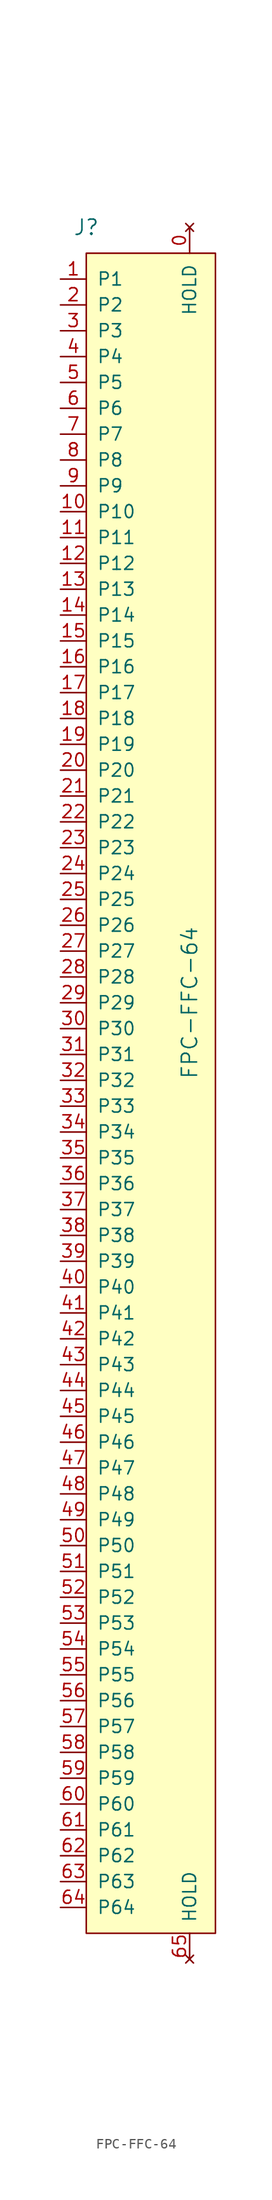
<source format=kicad_sym>
(kicad_symbol_lib
  (version 20241209)
  (generator "kicad_symbol_editor")
  (generator_version "9.0")
  (symbol "FPC-FFC-64"
    (pin_names
      (offset 1.016))
    (property "Reference" "J"
      (at -6.35 78.74 0)
      (effects (font (size 1.499 1.499))))
    (property "Value" "FPC-FFC-64"
      (at 3.81 2.54 90)
      (effects (font (size 1.499 1.499))))
    (symbol "FPC-FFC-64_0_1"
      (rectangle (start -6.35 76.2) (end 6.35 -88.9) (stroke (width 0) (type solid)) (fill (type background))))
    (symbol "FPC-FFC-64_1_1"
      (pin input line (at -8.89 73.66 0) (length 2.54) (name "P1" (effects (font (size 1.27 1.27)))) (number "1" (effects (font (size 1.27 1.27)))))
      (pin input line (at -8.89 71.12 0) (length 2.54) (name "P2" (effects (font (size 1.27 1.27)))) (number "2" (effects (font (size 1.27 1.27)))))
      (pin input line (at -8.89 68.58 0) (length 2.54) (name "P3" (effects (font (size 1.27 1.27)))) (number "3" (effects (font (size 1.27 1.27)))))
      (pin input line (at -8.89 66.04 0) (length 2.54) (name "P4" (effects (font (size 1.27 1.27)))) (number "4" (effects (font (size 1.27 1.27)))))
      (pin input line (at -8.89 63.5 0) (length 2.54) (name "P5" (effects (font (size 1.27 1.27)))) (number "5" (effects (font (size 1.27 1.27)))))
      (pin input line (at -8.89 60.96 0) (length 2.54) (name "P6" (effects (font (size 1.27 1.27)))) (number "6" (effects (font (size 1.27 1.27)))))
      (pin input line (at -8.89 58.42 0) (length 2.54) (name "P7" (effects (font (size 1.27 1.27)))) (number "7" (effects (font (size 1.27 1.27)))))
      (pin input line (at -8.89 55.88 0) (length 2.54) (name "P8" (effects (font (size 1.27 1.27)))) (number "8" (effects (font (size 1.27 1.27)))))
      (pin input line (at -8.89 53.34 0) (length 2.54) (name "P9" (effects (font (size 1.27 1.27)))) (number "9" (effects (font (size 1.27 1.27)))))
      (pin input line (at -8.89 50.8 0) (length 2.54) (name "P10" (effects (font (size 1.27 1.27)))) (number "10" (effects (font (size 1.27 1.27)))))
      (pin input line (at -8.89 48.26 0) (length 2.54) (name "P11" (effects (font (size 1.27 1.27)))) (number "11" (effects (font (size 1.27 1.27)))))
      (pin input line (at -8.89 45.72 0) (length 2.54) (name "P12" (effects (font (size 1.27 1.27)))) (number "12" (effects (font (size 1.27 1.27)))))
      (pin input line (at -8.89 43.18 0) (length 2.54) (name "P13" (effects (font (size 1.27 1.27)))) (number "13" (effects (font (size 1.27 1.27)))))
      (pin input line (at -8.89 40.64 0) (length 2.54) (name "P14" (effects (font (size 1.27 1.27)))) (number "14" (effects (font (size 1.27 1.27)))))
      (pin input line (at -8.89 38.1 0) (length 2.54) (name "P15" (effects (font (size 1.27 1.27)))) (number "15" (effects (font (size 1.27 1.27)))))
      (pin input line (at -8.89 35.56 0) (length 2.54) (name "P16" (effects (font (size 1.27 1.27)))) (number "16" (effects (font (size 1.27 1.27)))))
      (pin input line (at -8.89 33.02 0) (length 2.54) (name "P17" (effects (font (size 1.27 1.27)))) (number "17" (effects (font (size 1.27 1.27)))))
      (pin input line (at -8.89 30.48 0) (length 2.54) (name "P18" (effects (font (size 1.27 1.27)))) (number "18" (effects (font (size 1.27 1.27)))))
      (pin input line (at -8.89 27.94 0) (length 2.54) (name "P19" (effects (font (size 1.27 1.27)))) (number "19" (effects (font (size 1.27 1.27)))))
      (pin input line (at -8.89 25.4 0) (length 2.54) (name "P20" (effects (font (size 1.27 1.27)))) (number "20" (effects (font (size 1.27 1.27)))))
      (pin input line (at -8.89 22.86 0) (length 2.54) (name "P21" (effects (font (size 1.27 1.27)))) (number "21" (effects (font (size 1.27 1.27)))))
      (pin input line (at -8.89 20.32 0) (length 2.54) (name "P22" (effects (font (size 1.27 1.27)))) (number "22" (effects (font (size 1.27 1.27)))))
      (pin input line (at -8.89 17.78 0) (length 2.54) (name "P23" (effects (font (size 1.27 1.27)))) (number "23" (effects (font (size 1.27 1.27)))))
      (pin input line (at -8.89 15.24 0) (length 2.54) (name "P24" (effects (font (size 1.27 1.27)))) (number "24" (effects (font (size 1.27 1.27)))))
      (pin input line (at -8.89 12.7 0) (length 2.54) (name "P25" (effects (font (size 1.27 1.27)))) (number "25" (effects (font (size 1.27 1.27)))))
      (pin input line (at -8.89 10.16 0) (length 2.54) (name "P26" (effects (font (size 1.27 1.27)))) (number "26" (effects (font (size 1.27 1.27)))))
      (pin input line (at -8.89 7.62 0) (length 2.54) (name "P27" (effects (font (size 1.27 1.27)))) (number "27" (effects (font (size 1.27 1.27)))))
      (pin input line (at -8.89 5.08 0) (length 2.54) (name "P28" (effects (font (size 1.27 1.27)))) (number "28" (effects (font (size 1.27 1.27)))))
      (pin input line (at -8.89 2.54 0) (length 2.54) (name "P29" (effects (font (size 1.27 1.27)))) (number "29" (effects (font (size 1.27 1.27)))))
      (pin input line (at -8.89 0 0) (length 2.54) (name "P30" (effects (font (size 1.27 1.27)))) (number "30" (effects (font (size 1.27 1.27)))))
      (pin input line (at -8.89 -2.54 0) (length 2.54) (name "P31" (effects (font (size 1.27 1.27)))) (number "31" (effects (font (size 1.27 1.27)))))
      (pin input line (at -8.89 -5.08 0) (length 2.54) (name "P32" (effects (font (size 1.27 1.27)))) (number "32" (effects (font (size 1.27 1.27)))))
      (pin input line (at -8.89 -7.62 0) (length 2.54) (name "P33" (effects (font (size 1.27 1.27)))) (number "33" (effects (font (size 1.27 1.27)))))
      (pin input line (at -8.89 -10.16 0) (length 2.54) (name "P34" (effects (font (size 1.27 1.27)))) (number "34" (effects (font (size 1.27 1.27)))))
      (pin input line (at -8.89 -12.7 0) (length 2.54) (name "P35" (effects (font (size 1.27 1.27)))) (number "35" (effects (font (size 1.27 1.27)))))
      (pin input line (at -8.89 -15.24 0) (length 2.54) (name "P36" (effects (font (size 1.27 1.27)))) (number "36" (effects (font (size 1.27 1.27)))))
      (pin input line (at -8.89 -17.78 0) (length 2.54) (name "P37" (effects (font (size 1.27 1.27)))) (number "37" (effects (font (size 1.27 1.27)))))
      (pin input line (at -8.89 -20.32 0) (length 2.54) (name "P38" (effects (font (size 1.27 1.27)))) (number "38" (effects (font (size 1.27 1.27)))))
      (pin input line (at -8.89 -22.86 0) (length 2.54) (name "P39" (effects (font (size 1.27 1.27)))) (number "39" (effects (font (size 1.27 1.27)))))
      (pin input line (at -8.89 -25.4 0) (length 2.54) (name "P40" (effects (font (size 1.27 1.27)))) (number "40" (effects (font (size 1.27 1.27)))))
      (pin input line (at -8.89 -27.94 0) (length 2.54) (name "P41" (effects (font (size 1.27 1.27)))) (number "41" (effects (font (size 1.27 1.27)))))
      (pin input line (at -8.89 -30.48 0) (length 2.54) (name "P42" (effects (font (size 1.27 1.27)))) (number "42" (effects (font (size 1.27 1.27)))))
      (pin input line (at -8.89 -33.02 0) (length 2.54) (name "P43" (effects (font (size 1.27 1.27)))) (number "43" (effects (font (size 1.27 1.27)))))
      (pin input line (at -8.89 -35.56 0) (length 2.54) (name "P44" (effects (font (size 1.27 1.27)))) (number "44" (effects (font (size 1.27 1.27)))))
      (pin input line (at -8.89 -38.1 0) (length 2.54) (name "P45" (effects (font (size 1.27 1.27)))) (number "45" (effects (font (size 1.27 1.27)))))
      (pin input line (at -8.89 -40.64 0) (length 2.54) (name "P46" (effects (font (size 1.27 1.27)))) (number "46" (effects (font (size 1.27 1.27)))))
      (pin input line (at -8.89 -43.18 0) (length 2.54) (name "P47" (effects (font (size 1.27 1.27)))) (number "47" (effects (font (size 1.27 1.27)))))
      (pin input line (at -8.89 -45.72 0) (length 2.54) (name "P48" (effects (font (size 1.27 1.27)))) (number "48" (effects (font (size 1.27 1.27)))))
      (pin input line (at -8.89 -48.26 0) (length 2.54) (name "P49" (effects (font (size 1.27 1.27)))) (number "49" (effects (font (size 1.27 1.27)))))
      (pin input line (at -8.89 -50.8 0) (length 2.54) (name "P50" (effects (font (size 1.27 1.27)))) (number "50" (effects (font (size 1.27 1.27)))))
      (pin input line (at -8.89 -53.34 0) (length 2.54) (name "P51" (effects (font (size 1.27 1.27)))) (number "51" (effects (font (size 1.27 1.27)))))
      (pin input line (at -8.89 -55.88 0) (length 2.54) (name "P52" (effects (font (size 1.27 1.27)))) (number "52" (effects (font (size 1.27 1.27)))))
      (pin input line (at -8.89 -58.42 0) (length 2.54) (name "P53" (effects (font (size 1.27 1.27)))) (number "53" (effects (font (size 1.27 1.27)))))
      (pin input line (at -8.89 -60.96 0) (length 2.54) (name "P54" (effects (font (size 1.27 1.27)))) (number "54" (effects (font (size 1.27 1.27)))))
      (pin input line (at -8.89 -63.5 0) (length 2.54) (name "P55" (effects (font (size 1.27 1.27)))) (number "55" (effects (font (size 1.27 1.27)))))
      (pin input line (at -8.89 -66.04 0) (length 2.54) (name "P56" (effects (font (size 1.27 1.27)))) (number "56" (effects (font (size 1.27 1.27)))))
      (pin input line (at -8.89 -68.58 0) (length 2.54) (name "P57" (effects (font (size 1.27 1.27)))) (number "57" (effects (font (size 1.27 1.27)))))
      (pin input line (at -8.89 -71.12 0) (length 2.54) (name "P58" (effects (font (size 1.27 1.27)))) (number "58" (effects (font (size 1.27 1.27)))))
      (pin input line (at -8.89 -73.66 0) (length 2.54) (name "P59" (effects (font (size 1.27 1.27)))) (number "59" (effects (font (size 1.27 1.27)))))
      (pin input line (at -8.89 -76.2 0) (length 2.54) (name "P60" (effects (font (size 1.27 1.27)))) (number "60" (effects (font (size 1.27 1.27)))))
      (pin input line (at -8.89 -78.74 0) (length 2.54) (name "P61" (effects (font (size 1.27 1.27)))) (number "61" (effects (font (size 1.27 1.27)))))
      (pin input line (at -8.89 -81.28 0) (length 2.54) (name "P62" (effects (font (size 1.27 1.27)))) (number "62" (effects (font (size 1.27 1.27)))))
      (pin input line (at -8.89 -83.82 0) (length 2.54) (name "P63" (effects (font (size 1.27 1.27)))) (number "63" (effects (font (size 1.27 1.27)))))
      (pin input line (at -8.89 -86.36 0) (length 2.54) (name "P64" (effects (font (size 1.27 1.27)))) (number "64" (effects (font (size 1.27 1.27)))))
      (pin no_connect line (at 3.81 78.74 270) (length 2.54) (name "HOLD" (effects (font (size 1.27 1.27)))) (number "0" (effects (font (size 1.27 1.27)))))
      (pin no_connect line (at 3.81 -91.44 90) (length 2.54) (name "HOLD" (effects (font (size 1.27 1.27)))) (number "65" (effects (font (size 1.27 1.27))))))))
</source>
